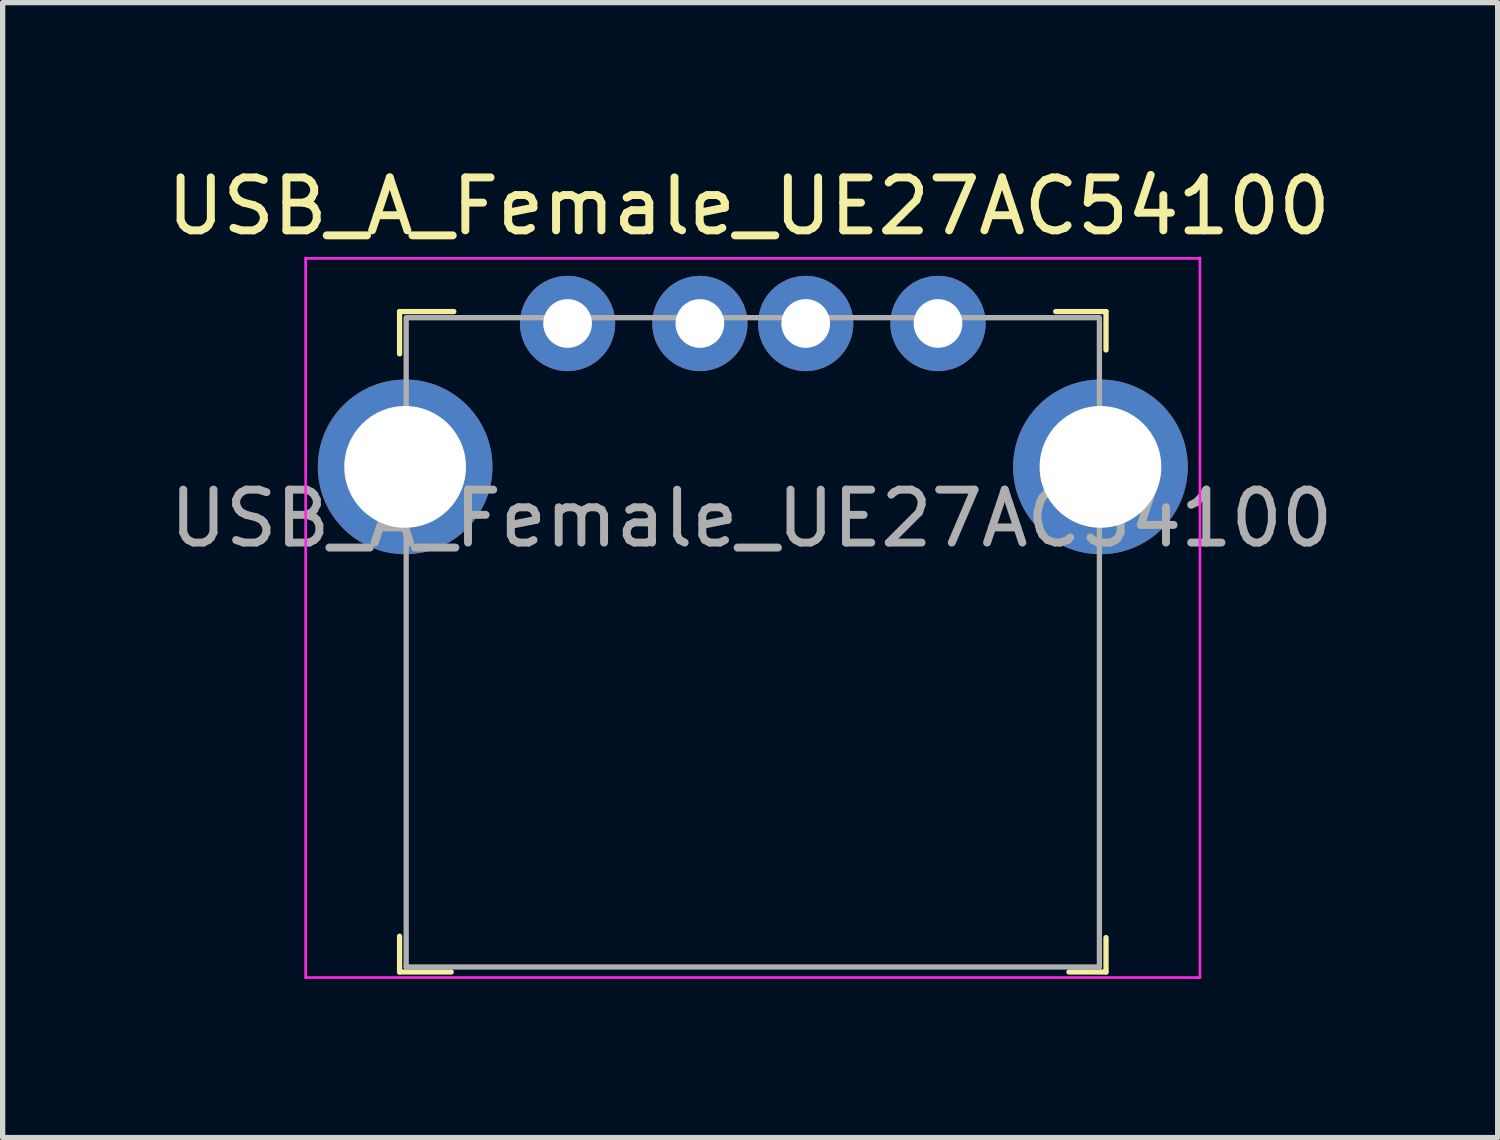
<source format=kicad_pcb>
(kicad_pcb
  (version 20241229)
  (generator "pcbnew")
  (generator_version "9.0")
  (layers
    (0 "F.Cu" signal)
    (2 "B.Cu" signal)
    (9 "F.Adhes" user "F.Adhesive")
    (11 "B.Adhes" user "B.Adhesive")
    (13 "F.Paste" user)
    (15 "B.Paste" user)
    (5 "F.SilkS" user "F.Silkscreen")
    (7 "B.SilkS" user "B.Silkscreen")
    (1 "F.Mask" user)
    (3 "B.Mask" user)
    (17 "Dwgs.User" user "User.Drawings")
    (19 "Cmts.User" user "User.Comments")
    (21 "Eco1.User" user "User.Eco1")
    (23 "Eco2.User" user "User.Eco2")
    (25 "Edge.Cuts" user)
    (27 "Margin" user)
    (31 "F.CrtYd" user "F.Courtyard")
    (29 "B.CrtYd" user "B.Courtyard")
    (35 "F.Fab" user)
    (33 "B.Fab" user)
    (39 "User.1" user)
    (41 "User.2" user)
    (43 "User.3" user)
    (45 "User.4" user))
  (footprint "USB_A_Female_UE27AC54100"
    (layer "F.Cu")
    (at 11.176 5.773)
    (property "Reference" "USB_A_Female_UE27AC54100" (at -0.075 -4.925 0) (layer "F.SilkS") (effects (font (size 1 1) (thickness 0.15))))
    (attr through_hole)
    (fp_line (start -6.675 -2.935) (end -6.675 -2.135) (stroke (width 0.1) (type solid)) (layer "F.SilkS"))
    (fp_line (start -6.675 9.545) (end -6.675 8.87) (stroke (width 0.1) (type solid)) (layer "F.SilkS"))
    (fp_line (start -5.7 9.545) (end -6.675 9.545) (stroke (width 0.1) (type solid)) (layer "F.SilkS"))
    (fp_line (start -5.65 -2.935) (end -6.675 -2.935) (stroke (width 0.1) (type solid)) (layer "F.SilkS"))
    (fp_line (start 5.725 -2.935) (end 6.675 -2.935) (stroke (width 0.1) (type solid)) (layer "F.SilkS"))
    (fp_line (start 6.675 -2.935) (end 6.675 -2.21) (stroke (width 0.1) (type solid)) (layer "F.SilkS"))
    (fp_line (start 6.675 8.895) (end 6.675 9.545) (stroke (width 0.1) (type solid)) (layer "F.SilkS"))
    (fp_line (start 6.675 9.545) (end 5.975 9.545) (stroke (width 0.1) (type solid)) (layer "F.SilkS"))
    (fp_line (start -8.45 -3.95) (end -8.45 9.65) (stroke (width 0.05) (type solid)) (layer "F.CrtYd"))
    (fp_line (start -8.45 -3.94) (end 8.45 -3.94) (stroke (width 0.05) (type solid)) (layer "F.CrtYd"))
    (fp_line (start -8.45 9.65) (end 8.45 9.65) (stroke (width 0.05) (type solid)) (layer "F.CrtYd"))
    (fp_line (start 8.45 -3.95) (end 8.45 9.65) (stroke (width 0.05) (type solid)) (layer "F.CrtYd"))
    (fp_line (start -6.55 -2.82) (end 6.55 -2.82) (stroke (width 0.1) (type solid)) (layer "F.Fab"))
    (fp_line (start -6.55 -2.8) (end -6.55 9.45) (stroke (width 0.1) (type solid)) (layer "F.Fab"))
    (fp_line (start -6.55 9.45) (end 6.55 9.45) (stroke (width 0.1) (type solid)) (layer "F.Fab"))
    (fp_line (start 6.55 -2.8) (end 6.55 9.45) (stroke (width 0.1) (type solid)) (layer "F.Fab"))
    (fp_text user "${REFERENCE}" (at -0.025 0.975 0) (layer "F.Fab") (effects (font (size 1 1) (thickness 0.15))))
    (pad "1" thru_hole circle (at -3.5 -2.71) (size 1.8 1.8) (drill 0.92) (layers "*.Cu" "*.Mask"))
    (pad "2" thru_hole circle (at -1 -2.71) (size 1.8 1.8) (drill 0.92) (layers "*.Cu" "*.Mask"))
    (pad "3" thru_hole circle (at 1 -2.71) (size 1.8 1.8) (drill 0.92) (layers "*.Cu" "*.Mask"))
    (pad "4" thru_hole circle (at 3.5 -2.71) (size 1.8 1.8) (drill 0.92) (layers "*.Cu" "*.Mask"))
    (pad "SH" thru_hole circle (at -6.57 0) (size 3.3 3.3) (drill 2.3) (layers "*.Cu" "*.Mask"))
    (pad "SH" thru_hole circle (at 6.57 0) (size 3.3 3.3) (drill 2.3) (layers "*.Cu" "*.Mask")))
  (gr_rect
    (start -3 -3)
    (end 25.252 18.448)
    (stroke (width 0.1) (type default))
    (fill no)
    (layer "Edge.Cuts")))
</source>
